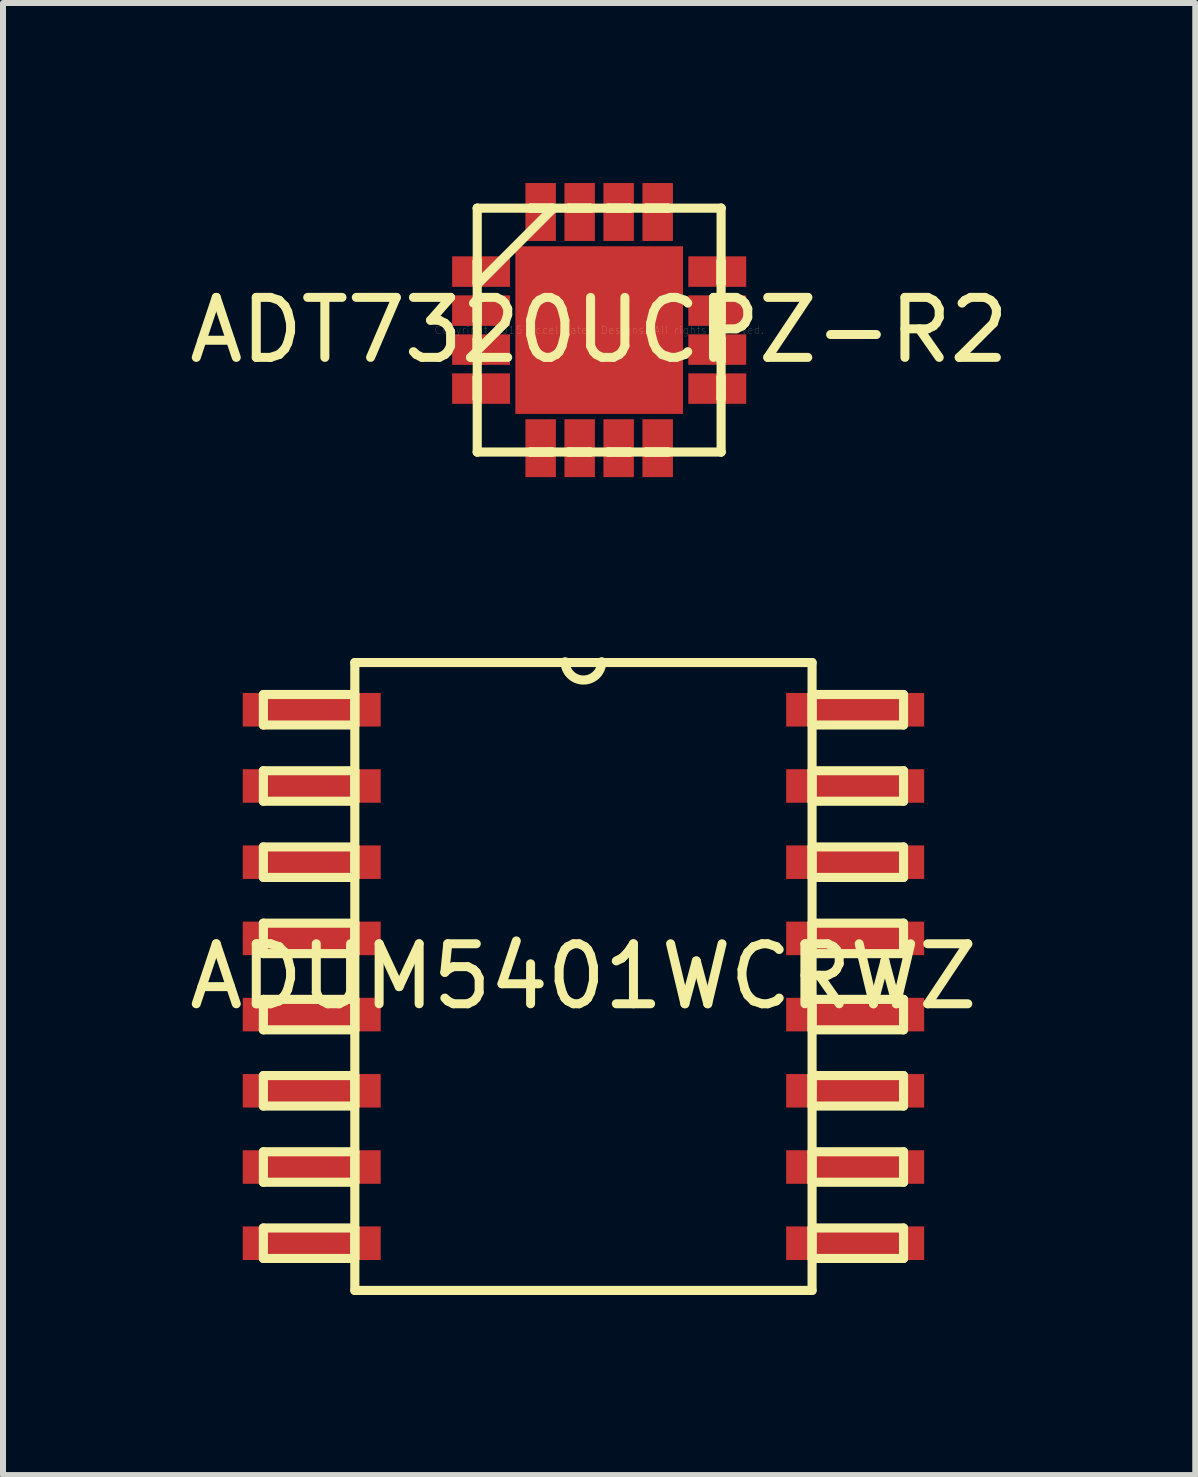
<source format=kicad_pcb>
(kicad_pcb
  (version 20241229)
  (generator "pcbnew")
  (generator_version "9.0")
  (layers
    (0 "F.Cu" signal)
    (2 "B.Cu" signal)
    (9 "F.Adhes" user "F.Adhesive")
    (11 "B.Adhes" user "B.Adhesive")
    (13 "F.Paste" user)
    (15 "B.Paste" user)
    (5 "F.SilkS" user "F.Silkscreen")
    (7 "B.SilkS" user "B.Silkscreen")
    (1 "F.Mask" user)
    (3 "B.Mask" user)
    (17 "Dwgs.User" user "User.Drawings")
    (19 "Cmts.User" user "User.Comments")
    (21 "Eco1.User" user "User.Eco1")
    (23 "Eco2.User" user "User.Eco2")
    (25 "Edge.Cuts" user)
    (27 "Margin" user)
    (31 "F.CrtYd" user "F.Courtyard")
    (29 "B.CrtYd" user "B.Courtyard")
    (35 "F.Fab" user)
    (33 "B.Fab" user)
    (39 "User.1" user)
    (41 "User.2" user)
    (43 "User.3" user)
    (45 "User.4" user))
  (footprint "ADUM5401WCRWZ"
    (layer "F.Cu")
    (at 6.673 13.223)
    (property "Reference" "ADUM5401WCRWZ" (at 0 0 0) (layer "F.SilkS") (effects (font (size 1 1) (thickness 0.15))))
    (attr through_hole)
    (fp_line (start -5.334 -4.699) (end -5.334 -4.191) (stroke (width 0.152) (type solid)) (layer "F.SilkS"))
    (fp_line (start -5.334 -4.191) (end -3.81 -4.191) (stroke (width 0.152) (type solid)) (layer "F.SilkS"))
    (fp_line (start -5.334 -3.429) (end -5.334 -2.921) (stroke (width 0.152) (type solid)) (layer "F.SilkS"))
    (fp_line (start -5.334 -2.921) (end -3.81 -2.921) (stroke (width 0.152) (type solid)) (layer "F.SilkS"))
    (fp_line (start -5.334 -2.159) (end -5.334 -1.651) (stroke (width 0.152) (type solid)) (layer "F.SilkS"))
    (fp_line (start -5.334 -1.651) (end -3.81 -1.651) (stroke (width 0.152) (type solid)) (layer "F.SilkS"))
    (fp_line (start -5.334 -0.889) (end -5.334 -0.381) (stroke (width 0.152) (type solid)) (layer "F.SilkS"))
    (fp_line (start -5.334 -0.381) (end -3.81 -0.381) (stroke (width 0.152) (type solid)) (layer "F.SilkS"))
    (fp_line (start -5.334 0.381) (end -5.334 0.889) (stroke (width 0.152) (type solid)) (layer "F.SilkS"))
    (fp_line (start -5.334 0.889) (end -3.81 0.889) (stroke (width 0.152) (type solid)) (layer "F.SilkS"))
    (fp_line (start -5.334 1.651) (end -5.334 2.159) (stroke (width 0.152) (type solid)) (layer "F.SilkS"))
    (fp_line (start -5.334 2.159) (end -3.81 2.159) (stroke (width 0.152) (type solid)) (layer "F.SilkS"))
    (fp_line (start -5.334 2.921) (end -5.334 3.429) (stroke (width 0.152) (type solid)) (layer "F.SilkS"))
    (fp_line (start -5.334 3.429) (end -3.81 3.429) (stroke (width 0.152) (type solid)) (layer "F.SilkS"))
    (fp_line (start -5.334 4.191) (end -5.334 4.699) (stroke (width 0.152) (type solid)) (layer "F.SilkS"))
    (fp_line (start -5.334 4.699) (end -3.81 4.699) (stroke (width 0.152) (type solid)) (layer "F.SilkS"))
    (fp_line (start -3.81 -5.232) (end -3.81 5.232) (stroke (width 0.152) (type solid)) (layer "F.SilkS"))
    (fp_line (start -3.81 -4.699) (end -5.334 -4.699) (stroke (width 0.152) (type solid)) (layer "F.SilkS"))
    (fp_line (start -3.81 -4.191) (end -3.81 -4.699) (stroke (width 0.152) (type solid)) (layer "F.SilkS"))
    (fp_line (start -3.81 -3.429) (end -5.334 -3.429) (stroke (width 0.152) (type solid)) (layer "F.SilkS"))
    (fp_line (start -3.81 -2.921) (end -3.81 -3.429) (stroke (width 0.152) (type solid)) (layer "F.SilkS"))
    (fp_line (start -3.81 -2.159) (end -5.334 -2.159) (stroke (width 0.152) (type solid)) (layer "F.SilkS"))
    (fp_line (start -3.81 -1.651) (end -3.81 -2.159) (stroke (width 0.152) (type solid)) (layer "F.SilkS"))
    (fp_line (start -3.81 -0.889) (end -5.334 -0.889) (stroke (width 0.152) (type solid)) (layer "F.SilkS"))
    (fp_line (start -3.81 -0.381) (end -3.81 -0.889) (stroke (width 0.152) (type solid)) (layer "F.SilkS"))
    (fp_line (start -3.81 0.381) (end -5.334 0.381) (stroke (width 0.152) (type solid)) (layer "F.SilkS"))
    (fp_line (start -3.81 0.889) (end -3.81 0.381) (stroke (width 0.152) (type solid)) (layer "F.SilkS"))
    (fp_line (start -3.81 1.651) (end -5.334 1.651) (stroke (width 0.152) (type solid)) (layer "F.SilkS"))
    (fp_line (start -3.81 2.159) (end -3.81 1.651) (stroke (width 0.152) (type solid)) (layer "F.SilkS"))
    (fp_line (start -3.81 2.921) (end -5.334 2.921) (stroke (width 0.152) (type solid)) (layer "F.SilkS"))
    (fp_line (start -3.81 3.429) (end -3.81 2.921) (stroke (width 0.152) (type solid)) (layer "F.SilkS"))
    (fp_line (start -3.81 4.191) (end -5.334 4.191) (stroke (width 0.152) (type solid)) (layer "F.SilkS"))
    (fp_line (start -3.81 4.699) (end -3.81 4.191) (stroke (width 0.152) (type solid)) (layer "F.SilkS"))
    (fp_line (start -3.81 5.232) (end 3.81 5.232) (stroke (width 0.152) (type solid)) (layer "F.SilkS"))
    (fp_line (start 3.81 -5.232) (end -3.81 -5.232) (stroke (width 0.152) (type solid)) (layer "F.SilkS"))
    (fp_line (start 3.81 -4.699) (end 3.81 -4.191) (stroke (width 0.152) (type solid)) (layer "F.SilkS"))
    (fp_line (start 3.81 -4.191) (end 5.334 -4.191) (stroke (width 0.152) (type solid)) (layer "F.SilkS"))
    (fp_line (start 3.81 -3.429) (end 3.81 -2.921) (stroke (width 0.152) (type solid)) (layer "F.SilkS"))
    (fp_line (start 3.81 -2.921) (end 5.334 -2.921) (stroke (width 0.152) (type solid)) (layer "F.SilkS"))
    (fp_line (start 3.81 -2.159) (end 3.81 -1.651) (stroke (width 0.152) (type solid)) (layer "F.SilkS"))
    (fp_line (start 3.81 -1.651) (end 5.334 -1.651) (stroke (width 0.152) (type solid)) (layer "F.SilkS"))
    (fp_line (start 3.81 -0.889) (end 3.81 -0.381) (stroke (width 0.152) (type solid)) (layer "F.SilkS"))
    (fp_line (start 3.81 -0.381) (end 5.334 -0.381) (stroke (width 0.152) (type solid)) (layer "F.SilkS"))
    (fp_line (start 3.81 0.381) (end 3.81 0.889) (stroke (width 0.152) (type solid)) (layer "F.SilkS"))
    (fp_line (start 3.81 0.889) (end 5.334 0.889) (stroke (width 0.152) (type solid)) (layer "F.SilkS"))
    (fp_line (start 3.81 1.651) (end 3.81 2.159) (stroke (width 0.152) (type solid)) (layer "F.SilkS"))
    (fp_line (start 3.81 2.159) (end 5.334 2.159) (stroke (width 0.152) (type solid)) (layer "F.SilkS"))
    (fp_line (start 3.81 2.921) (end 3.81 3.429) (stroke (width 0.152) (type solid)) (layer "F.SilkS"))
    (fp_line (start 3.81 3.429) (end 5.334 3.429) (stroke (width 0.152) (type solid)) (layer "F.SilkS"))
    (fp_line (start 3.81 4.191) (end 3.81 4.699) (stroke (width 0.152) (type solid)) (layer "F.SilkS"))
    (fp_line (start 3.81 4.699) (end 5.334 4.699) (stroke (width 0.152) (type solid)) (layer "F.SilkS"))
    (fp_line (start 3.81 5.232) (end 3.81 -5.232) (stroke (width 0.152) (type solid)) (layer "F.SilkS"))
    (fp_line (start 5.334 -4.699) (end 3.81 -4.699) (stroke (width 0.152) (type solid)) (layer "F.SilkS"))
    (fp_line (start 5.334 -4.191) (end 5.334 -4.699) (stroke (width 0.152) (type solid)) (layer "F.SilkS"))
    (fp_line (start 5.334 -3.429) (end 3.81 -3.429) (stroke (width 0.152) (type solid)) (layer "F.SilkS"))
    (fp_line (start 5.334 -2.921) (end 5.334 -3.429) (stroke (width 0.152) (type solid)) (layer "F.SilkS"))
    (fp_line (start 5.334 -2.159) (end 3.81 -2.159) (stroke (width 0.152) (type solid)) (layer "F.SilkS"))
    (fp_line (start 5.334 -1.651) (end 5.334 -2.159) (stroke (width 0.152) (type solid)) (layer "F.SilkS"))
    (fp_line (start 5.334 -0.889) (end 3.81 -0.889) (stroke (width 0.152) (type solid)) (layer "F.SilkS"))
    (fp_line (start 5.334 -0.381) (end 5.334 -0.889) (stroke (width 0.152) (type solid)) (layer "F.SilkS"))
    (fp_line (start 5.334 0.381) (end 3.81 0.381) (stroke (width 0.152) (type solid)) (layer "F.SilkS"))
    (fp_line (start 5.334 0.889) (end 5.334 0.381) (stroke (width 0.152) (type solid)) (layer "F.SilkS"))
    (fp_line (start 5.334 1.651) (end 3.81 1.651) (stroke (width 0.152) (type solid)) (layer "F.SilkS"))
    (fp_line (start 5.334 2.159) (end 5.334 1.651) (stroke (width 0.152) (type solid)) (layer "F.SilkS"))
    (fp_line (start 5.334 2.921) (end 3.81 2.921) (stroke (width 0.152) (type solid)) (layer "F.SilkS"))
    (fp_line (start 5.334 3.429) (end 5.334 2.921) (stroke (width 0.152) (type solid)) (layer "F.SilkS"))
    (fp_line (start 5.334 4.191) (end 3.81 4.191) (stroke (width 0.152) (type solid)) (layer "F.SilkS"))
    (fp_line (start 5.334 4.699) (end 5.334 4.191) (stroke (width 0.152) (type solid)) (layer "F.SilkS"))
    (fp_arc (start 0.3048 -5.2451) (mid 0 -4.9403) (end -0.3048 -5.2451) (stroke (width 0.1524) (type solid)) (layer "F.SilkS"))
    (pad "1" smd rect (at -4.528 -4.445) (size 2.299 0.559) (layers "F.Cu" "F.Mask" "F.Paste"))
    (pad "2" smd rect (at -4.528 -3.175) (size 2.299 0.559) (layers "F.Cu" "F.Mask" "F.Paste"))
    (pad "3" smd rect (at -4.528 -1.905) (size 2.299 0.559) (layers "F.Cu" "F.Mask" "F.Paste"))
    (pad "4" smd rect (at -4.528 -0.635) (size 2.299 0.559) (layers "F.Cu" "F.Mask" "F.Paste"))
    (pad "5" smd rect (at -4.528 0.635) (size 2.299 0.559) (layers "F.Cu" "F.Mask" "F.Paste"))
    (pad "6" smd rect (at -4.528 1.905) (size 2.299 0.559) (layers "F.Cu" "F.Mask" "F.Paste"))
    (pad "7" smd rect (at -4.528 3.175) (size 2.299 0.559) (layers "F.Cu" "F.Mask" "F.Paste"))
    (pad "8" smd rect (at -4.528 4.445) (size 2.299 0.559) (layers "F.Cu" "F.Mask" "F.Paste"))
    (pad "9" smd rect (at 4.528 4.445) (size 2.299 0.559) (layers "F.Cu" "F.Mask" "F.Paste"))
    (pad "10" smd rect (at 4.528 3.175) (size 2.299 0.559) (layers "F.Cu" "F.Mask" "F.Paste"))
    (pad "11" smd rect (at 4.528 1.905) (size 2.299 0.559) (layers "F.Cu" "F.Mask" "F.Paste"))
    (pad "12" smd rect (at 4.528 0.635) (size 2.299 0.559) (layers "F.Cu" "F.Mask" "F.Paste"))
    (pad "13" smd rect (at 4.528 -0.635) (size 2.299 0.559) (layers "F.Cu" "F.Mask" "F.Paste"))
    (pad "14" smd rect (at 4.528 -1.905) (size 2.299 0.559) (layers "F.Cu" "F.Mask" "F.Paste"))
    (pad "15" smd rect (at 4.528 -3.175) (size 2.299 0.559) (layers "F.Cu" "F.Mask" "F.Paste"))
    (pad "16" smd rect (at 4.528 -4.445) (size 2.299 0.559) (layers "F.Cu" "F.Mask" "F.Paste")))
  (footprint "ADT7320UCPZ-R2"
    (layer "F.Cu")
    (at 6.935 2.451)
    (property "Reference" "ADT7320UCPZ-R2" (at 0 0 0) (layer "F.SilkS") (effects (font (size 1 1) (thickness 0.15))))
    (attr through_hole)
    (fp_line (start -2.032 -2.032) (end -2.032 -2.032) (stroke (width 0.152) (type solid)) (layer "F.SilkS"))
    (fp_line (start -2.032 -2.032) (end -2.032 2.032) (stroke (width 0.152) (type solid)) (layer "F.SilkS"))
    (fp_line (start -2.032 -1.143) (end -2.032 -1.143) (stroke (width 0.152) (type solid)) (layer "F.SilkS"))
    (fp_line (start -2.032 -1.143) (end -2.032 -0.787) (stroke (width 0.152) (type solid)) (layer "F.SilkS"))
    (fp_line (start -2.032 -0.787) (end -2.032 -1.143) (stroke (width 0.152) (type solid)) (layer "F.SilkS"))
    (fp_line (start -2.032 -0.787) (end -2.032 -0.787) (stroke (width 0.152) (type solid)) (layer "F.SilkS"))
    (fp_line (start -2.032 -0.762) (end -0.762 -2.032) (stroke (width 0.152) (type solid)) (layer "F.SilkS"))
    (fp_line (start -2.032 -0.508) (end -2.032 -0.508) (stroke (width 0.152) (type solid)) (layer "F.SilkS"))
    (fp_line (start -2.032 -0.508) (end -2.032 -0.152) (stroke (width 0.152) (type solid)) (layer "F.SilkS"))
    (fp_line (start -2.032 -0.152) (end -2.032 -0.508) (stroke (width 0.152) (type solid)) (layer "F.SilkS"))
    (fp_line (start -2.032 -0.152) (end -2.032 -0.152) (stroke (width 0.152) (type solid)) (layer "F.SilkS"))
    (fp_line (start -2.032 0.152) (end -2.032 0.152) (stroke (width 0.152) (type solid)) (layer "F.SilkS"))
    (fp_line (start -2.032 0.152) (end -2.032 0.508) (stroke (width 0.152) (type solid)) (layer "F.SilkS"))
    (fp_line (start -2.032 0.508) (end -2.032 0.152) (stroke (width 0.152) (type solid)) (layer "F.SilkS"))
    (fp_line (start -2.032 0.508) (end -2.032 0.508) (stroke (width 0.152) (type solid)) (layer "F.SilkS"))
    (fp_line (start -2.032 0.787) (end -2.032 0.787) (stroke (width 0.152) (type solid)) (layer "F.SilkS"))
    (fp_line (start -2.032 0.787) (end -2.032 1.143) (stroke (width 0.152) (type solid)) (layer "F.SilkS"))
    (fp_line (start -2.032 1.143) (end -2.032 0.787) (stroke (width 0.152) (type solid)) (layer "F.SilkS"))
    (fp_line (start -2.032 1.143) (end -2.032 1.143) (stroke (width 0.152) (type solid)) (layer "F.SilkS"))
    (fp_line (start -2.032 2.032) (end -2.032 2.032) (stroke (width 0.152) (type solid)) (layer "F.SilkS"))
    (fp_line (start -2.032 2.032) (end 2.032 2.032) (stroke (width 0.152) (type solid)) (layer "F.SilkS"))
    (fp_line (start -1.143 -2.032) (end -1.143 -2.032) (stroke (width 0.152) (type solid)) (layer "F.SilkS"))
    (fp_line (start -1.143 -2.032) (end -0.787 -2.032) (stroke (width 0.152) (type solid)) (layer "F.SilkS"))
    (fp_line (start -1.143 2.032) (end -1.143 2.032) (stroke (width 0.152) (type solid)) (layer "F.SilkS"))
    (fp_line (start -1.143 2.032) (end -0.787 2.032) (stroke (width 0.152) (type solid)) (layer "F.SilkS"))
    (fp_line (start -0.787 -2.032) (end -1.143 -2.032) (stroke (width 0.152) (type solid)) (layer "F.SilkS"))
    (fp_line (start -0.787 -2.032) (end -0.787 -2.032) (stroke (width 0.152) (type solid)) (layer "F.SilkS"))
    (fp_line (start -0.787 2.032) (end -1.143 2.032) (stroke (width 0.152) (type solid)) (layer "F.SilkS"))
    (fp_line (start -0.787 2.032) (end -0.787 2.032) (stroke (width 0.152) (type solid)) (layer "F.SilkS"))
    (fp_line (start -0.508 -2.032) (end -0.508 -2.032) (stroke (width 0.152) (type solid)) (layer "F.SilkS"))
    (fp_line (start -0.508 -2.032) (end -0.152 -2.032) (stroke (width 0.152) (type solid)) (layer "F.SilkS"))
    (fp_line (start -0.508 2.032) (end -0.508 2.032) (stroke (width 0.152) (type solid)) (layer "F.SilkS"))
    (fp_line (start -0.508 2.032) (end -0.152 2.032) (stroke (width 0.152) (type solid)) (layer "F.SilkS"))
    (fp_line (start -0.152 -2.032) (end -0.508 -2.032) (stroke (width 0.152) (type solid)) (layer "F.SilkS"))
    (fp_line (start -0.152 -2.032) (end -0.152 -2.032) (stroke (width 0.152) (type solid)) (layer "F.SilkS"))
    (fp_line (start -0.152 2.032) (end -0.508 2.032) (stroke (width 0.152) (type solid)) (layer "F.SilkS"))
    (fp_line (start -0.152 2.032) (end -0.152 2.032) (stroke (width 0.152) (type solid)) (layer "F.SilkS"))
    (fp_line (start 0.152 -2.032) (end 0.152 -2.032) (stroke (width 0.152) (type solid)) (layer "F.SilkS"))
    (fp_line (start 0.152 -2.032) (end 0.508 -2.032) (stroke (width 0.152) (type solid)) (layer "F.SilkS"))
    (fp_line (start 0.152 2.032) (end 0.152 2.032) (stroke (width 0.152) (type solid)) (layer "F.SilkS"))
    (fp_line (start 0.152 2.032) (end 0.508 2.032) (stroke (width 0.152) (type solid)) (layer "F.SilkS"))
    (fp_line (start 0.508 -2.032) (end 0.152 -2.032) (stroke (width 0.152) (type solid)) (layer "F.SilkS"))
    (fp_line (start 0.508 -2.032) (end 0.508 -2.032) (stroke (width 0.152) (type solid)) (layer "F.SilkS"))
    (fp_line (start 0.508 2.032) (end 0.152 2.032) (stroke (width 0.152) (type solid)) (layer "F.SilkS"))
    (fp_line (start 0.508 2.032) (end 0.508 2.032) (stroke (width 0.152) (type solid)) (layer "F.SilkS"))
    (fp_line (start 0.787 -2.032) (end 0.787 -2.032) (stroke (width 0.152) (type solid)) (layer "F.SilkS"))
    (fp_line (start 0.787 -2.032) (end 1.143 -2.032) (stroke (width 0.152) (type solid)) (layer "F.SilkS"))
    (fp_line (start 0.787 2.032) (end 0.787 2.032) (stroke (width 0.152) (type solid)) (layer "F.SilkS"))
    (fp_line (start 0.787 2.032) (end 1.143 2.032) (stroke (width 0.152) (type solid)) (layer "F.SilkS"))
    (fp_line (start 1.143 -2.032) (end 0.787 -2.032) (stroke (width 0.152) (type solid)) (layer "F.SilkS"))
    (fp_line (start 1.143 -2.032) (end 1.143 -2.032) (stroke (width 0.152) (type solid)) (layer "F.SilkS"))
    (fp_line (start 1.143 2.032) (end 0.787 2.032) (stroke (width 0.152) (type solid)) (layer "F.SilkS"))
    (fp_line (start 1.143 2.032) (end 1.143 2.032) (stroke (width 0.152) (type solid)) (layer "F.SilkS"))
    (fp_line (start 2.032 -2.032) (end -2.032 -2.032) (stroke (width 0.152) (type solid)) (layer "F.SilkS"))
    (fp_line (start 2.032 -2.032) (end 2.032 -2.032) (stroke (width 0.152) (type solid)) (layer "F.SilkS"))
    (fp_line (start 2.032 -1.143) (end 2.032 -1.143) (stroke (width 0.152) (type solid)) (layer "F.SilkS"))
    (fp_line (start 2.032 -1.143) (end 2.032 -0.787) (stroke (width 0.152) (type solid)) (layer "F.SilkS"))
    (fp_line (start 2.032 -0.787) (end 2.032 -1.143) (stroke (width 0.152) (type solid)) (layer "F.SilkS"))
    (fp_line (start 2.032 -0.787) (end 2.032 -0.787) (stroke (width 0.152) (type solid)) (layer "F.SilkS"))
    (fp_line (start 2.032 -0.508) (end 2.032 -0.508) (stroke (width 0.152) (type solid)) (layer "F.SilkS"))
    (fp_line (start 2.032 -0.508) (end 2.032 -0.152) (stroke (width 0.152) (type solid)) (layer "F.SilkS"))
    (fp_line (start 2.032 -0.152) (end 2.032 -0.508) (stroke (width 0.152) (type solid)) (layer "F.SilkS"))
    (fp_line (start 2.032 -0.152) (end 2.032 -0.152) (stroke (width 0.152) (type solid)) (layer "F.SilkS"))
    (fp_line (start 2.032 0.152) (end 2.032 0.152) (stroke (width 0.152) (type solid)) (layer "F.SilkS"))
    (fp_line (start 2.032 0.152) (end 2.032 0.508) (stroke (width 0.152) (type solid)) (layer "F.SilkS"))
    (fp_line (start 2.032 0.508) (end 2.032 0.152) (stroke (width 0.152) (type solid)) (layer "F.SilkS"))
    (fp_line (start 2.032 0.508) (end 2.032 0.508) (stroke (width 0.152) (type solid)) (layer "F.SilkS"))
    (fp_line (start 2.032 0.787) (end 2.032 0.787) (stroke (width 0.152) (type solid)) (layer "F.SilkS"))
    (fp_line (start 2.032 0.787) (end 2.032 1.143) (stroke (width 0.152) (type solid)) (layer "F.SilkS"))
    (fp_line (start 2.032 1.143) (end 2.032 0.787) (stroke (width 0.152) (type solid)) (layer "F.SilkS"))
    (fp_line (start 2.032 1.143) (end 2.032 1.143) (stroke (width 0.152) (type solid)) (layer "F.SilkS"))
    (fp_line (start 2.032 2.032) (end 2.032 -2.032) (stroke (width 0.152) (type solid)) (layer "F.SilkS"))
    (fp_line (start 2.032 2.032) (end 2.032 2.032) (stroke (width 0.152) (type solid)) (layer "F.SilkS"))
    (fp_text user "Copyright 2015 Accelerated Designs. All rights reserved." (at 0 0 0) (layer "F.SilkS") (effects (font (size 0.127 0.127) (thickness 0.002))))
    (pad "1" smd rect (at -1.968 -0.975 90) (size 0.356 0.762) (layers "F.Cu" "F.Mask" "F.Paste"))
    (pad "1" smd rect (at -1.968 -0.975 90) (size 0.508 0.965) (layers "F.Cu" "F.Mask" "F.Paste"))
    (pad "2" smd rect (at -1.968 -0.325 90) (size 0.356 0.762) (layers "F.Cu" "F.Mask" "F.Paste"))
    (pad "2" smd rect (at -1.968 -0.325 90) (size 0.508 0.965) (layers "F.Cu" "F.Mask" "F.Paste"))
    (pad "3" smd rect (at -1.968 0.325 90) (size 0.356 0.762) (layers "F.Cu" "F.Mask" "F.Paste"))
    (pad "3" smd rect (at -1.968 0.325 90) (size 0.508 0.965) (layers "F.Cu" "F.Mask" "F.Paste"))
    (pad "4" smd rect (at -1.968 0.975 90) (size 0.356 0.762) (layers "F.Cu" "F.Mask" "F.Paste"))
    (pad "4" smd rect (at -1.968 0.975 90) (size 0.508 0.965) (layers "F.Cu" "F.Mask" "F.Paste"))
    (pad "5" smd rect (at -0.975 1.968) (size 0.356 0.762) (layers "F.Cu" "F.Mask" "F.Paste"))
    (pad "5" smd rect (at -0.975 1.968) (size 0.508 0.965) (layers "F.Cu" "F.Mask" "F.Paste"))
    (pad "6" smd rect (at -0.325 1.968) (size 0.356 0.762) (layers "F.Cu" "F.Mask" "F.Paste"))
    (pad "6" smd rect (at -0.325 1.968) (size 0.508 0.965) (layers "F.Cu" "F.Mask" "F.Paste"))
    (pad "7" smd rect (at 0.325 1.968) (size 0.356 0.762) (layers "F.Cu" "F.Mask" "F.Paste"))
    (pad "7" smd rect (at 0.325 1.968) (size 0.508 0.965) (layers "F.Cu" "F.Mask" "F.Paste"))
    (pad "8" smd rect (at 0.975 1.968) (size 0.356 0.762) (layers "F.Cu" "F.Mask" "F.Paste"))
    (pad "8" smd rect (at 0.975 1.968) (size 0.508 0.965) (layers "F.Cu" "F.Mask" "F.Paste"))
    (pad "9" smd rect (at 1.968 0.975 90) (size 0.356 0.762) (layers "F.Cu" "F.Mask" "F.Paste"))
    (pad "9" smd rect (at 1.968 0.975 90) (size 0.508 0.965) (layers "F.Cu" "F.Mask" "F.Paste"))
    (pad "10" smd rect (at 1.968 0.325 90) (size 0.356 0.762) (layers "F.Cu" "F.Mask" "F.Paste"))
    (pad "10" smd rect (at 1.968 0.325 90) (size 0.508 0.965) (layers "F.Cu" "F.Mask" "F.Paste"))
    (pad "11" smd rect (at 1.968 -0.325 90) (size 0.356 0.762) (layers "F.Cu" "F.Mask" "F.Paste"))
    (pad "11" smd rect (at 1.968 -0.325 90) (size 0.508 0.965) (layers "F.Cu" "F.Mask" "F.Paste"))
    (pad "12" smd rect (at 1.968 -0.975 90) (size 0.356 0.762) (layers "F.Cu" "F.Mask" "F.Paste"))
    (pad "12" smd rect (at 1.968 -0.975 90) (size 0.508 0.965) (layers "F.Cu" "F.Mask" "F.Paste"))
    (pad "13" smd rect (at 0.975 -1.968) (size 0.356 0.762) (layers "F.Cu" "F.Mask" "F.Paste"))
    (pad "13" smd rect (at 0.975 -1.968) (size 0.508 0.965) (layers "F.Cu" "F.Mask" "F.Paste"))
    (pad "14" smd rect (at 0.325 -1.968) (size 0.356 0.762) (layers "F.Cu" "F.Mask" "F.Paste"))
    (pad "14" smd rect (at 0.325 -1.968) (size 0.508 0.965) (layers "F.Cu" "F.Mask" "F.Paste"))
    (pad "15" smd rect (at -0.325 -1.968) (size 0.356 0.762) (layers "F.Cu" "F.Mask" "F.Paste"))
    (pad "15" smd rect (at -0.325 -1.968) (size 0.508 0.965) (layers "F.Cu" "F.Mask" "F.Paste"))
    (pad "16" smd rect (at -0.975 -1.968) (size 0.356 0.762) (layers "F.Cu" "F.Mask" "F.Paste"))
    (pad "16" smd rect (at -0.975 -1.968) (size 0.508 0.965) (layers "F.Cu" "F.Mask" "F.Paste"))
    (pad "17" smd rect (at 0 0) (size 0.025 0.025) (layers "F.Cu" "F.Mask" "F.Paste"))
    (pad "17" smd rect (at 0 0) (size 2.794 2.794) (layers "F.Cu" "F.Mask" "F.Paste")))
  (gr_rect
    (start -3 -3)
    (end 16.869 21.532)
    (stroke (width 0.1) (type default))
    (fill no)
    (layer "Edge.Cuts")))
</source>
